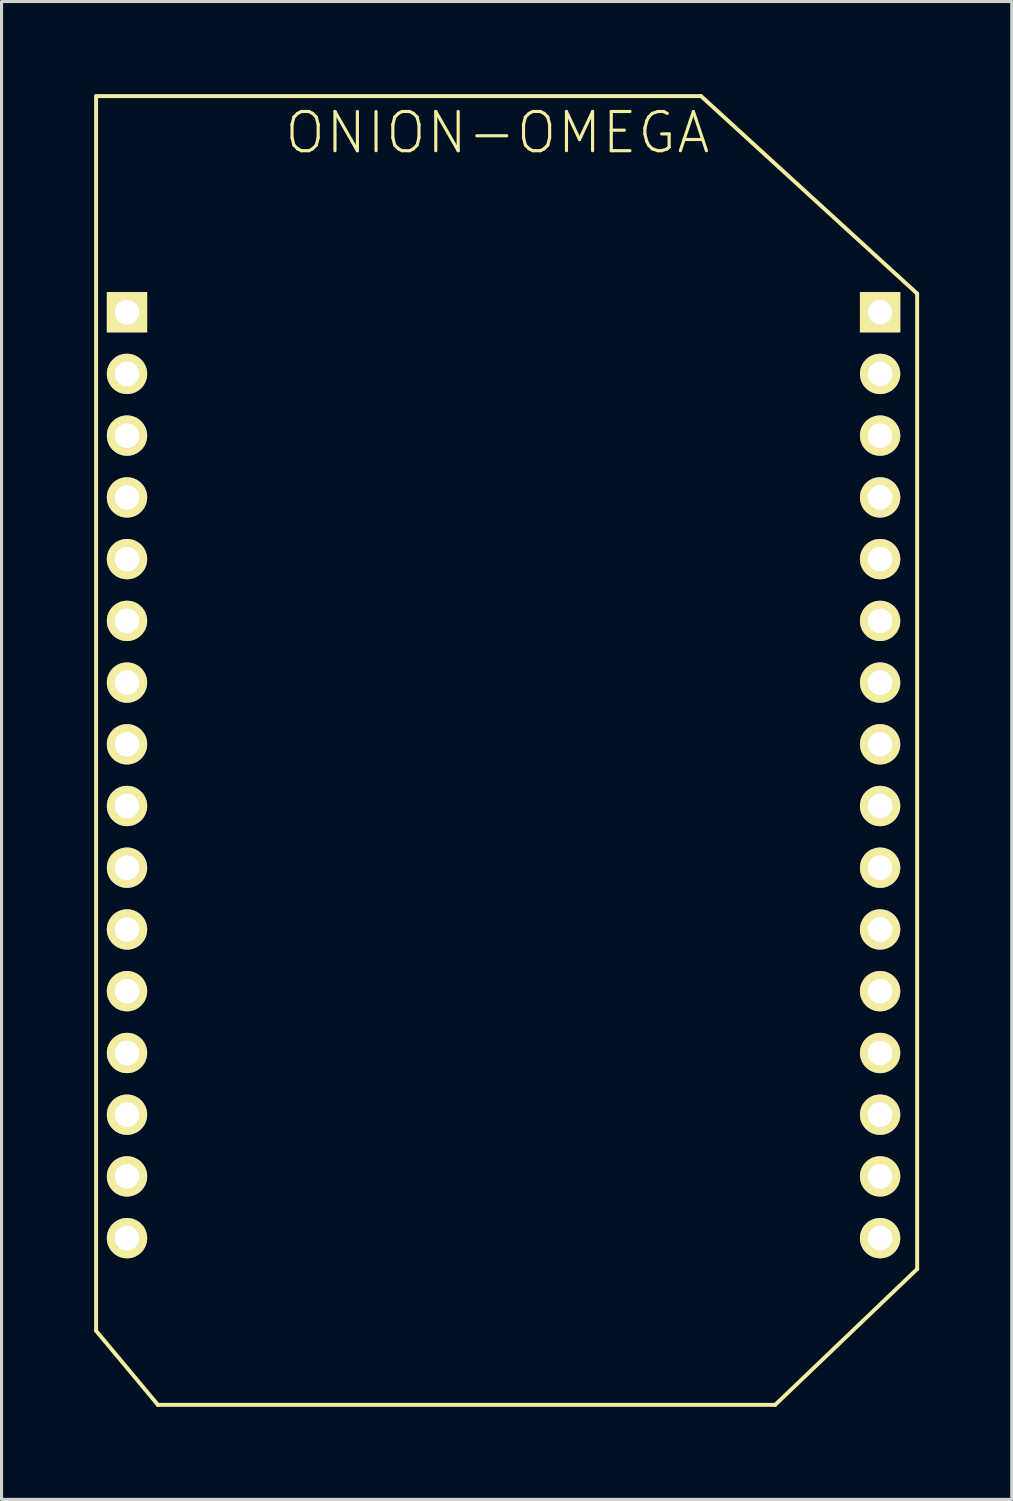
<source format=kicad_pcb>
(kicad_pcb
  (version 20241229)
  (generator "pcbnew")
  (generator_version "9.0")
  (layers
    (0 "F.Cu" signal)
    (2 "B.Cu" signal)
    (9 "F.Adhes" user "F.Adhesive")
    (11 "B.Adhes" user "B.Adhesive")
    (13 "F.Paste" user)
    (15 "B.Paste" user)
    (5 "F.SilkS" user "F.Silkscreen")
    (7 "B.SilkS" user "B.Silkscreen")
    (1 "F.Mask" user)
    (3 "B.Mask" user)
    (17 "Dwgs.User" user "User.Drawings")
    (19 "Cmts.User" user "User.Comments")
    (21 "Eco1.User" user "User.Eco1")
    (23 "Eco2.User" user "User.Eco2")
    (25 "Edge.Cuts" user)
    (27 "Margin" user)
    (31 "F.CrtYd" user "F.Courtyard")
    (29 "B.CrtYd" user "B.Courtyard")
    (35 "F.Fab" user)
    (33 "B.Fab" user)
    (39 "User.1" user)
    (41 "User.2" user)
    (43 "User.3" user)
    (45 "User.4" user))
  (footprint "ONION-OMEGA"
    (layer "F.Cu")
    (at 13.063 21.062)
    (property "Reference" "ONION-OMEGA" (at 0 -19.812 0) (layer "F.SilkS") (effects (font (size 1.27 1.27) (thickness 0.102))))
    (attr exclude_from_pos_files exclude_from_bom)
    (fp_line (start -13 -20.998) (end 6.599 -20.998) (stroke (width 0.127) (type solid)) (layer "F.SilkS"))
    (fp_line (start -13 18.999) (end -13 -20.998) (stroke (width 0.127) (type solid)) (layer "F.SilkS"))
    (fp_line (start -10.998 21.399) (end -13 18.999) (stroke (width 0.127) (type solid)) (layer "F.SilkS"))
    (fp_line (start 6.599 -20.998) (end 13.599 -14.6) (stroke (width 0.127) (type solid)) (layer "F.SilkS"))
    (fp_line (start 8.999 21.399) (end -10.998 21.399) (stroke (width 0.127) (type solid)) (layer "F.SilkS"))
    (fp_line (start 13.599 -14.6) (end 13.599 16.998) (stroke (width 0.127) (type solid)) (layer "F.SilkS"))
    (fp_line (start 13.599 16.998) (end 8.999 21.399) (stroke (width 0.127) (type solid)) (layer "F.SilkS"))
    (pad "A1" thru_hole rect (at -11.999 -13.998) (size 1.306 1.306) (drill 0.798) (layers "*.Cu" "*.Mask" "F.SilkS" "F.Paste"))
    (pad "A2" thru_hole circle (at -11.999 -11.999) (size 1.306 1.306) (drill 0.798) (layers "*.Cu" "*.Mask" "F.SilkS" "F.Paste"))
    (pad "A3" thru_hole circle (at -11.999 -10) (size 1.306 1.306) (drill 0.798) (layers "*.Cu" "*.Mask" "F.SilkS" "F.Paste"))
    (pad "A4" thru_hole circle (at -11.999 -7.998) (size 1.306 1.306) (drill 0.798) (layers "*.Cu" "*.Mask" "F.SilkS" "F.Paste"))
    (pad "A5" thru_hole circle (at -11.999 -5.999) (size 1.306 1.306) (drill 0.798) (layers "*.Cu" "*.Mask" "F.SilkS" "F.Paste"))
    (pad "A6" thru_hole circle (at -11.999 -3.998) (size 1.306 1.306) (drill 0.798) (layers "*.Cu" "*.Mask" "F.SilkS" "F.Paste"))
    (pad "A7" thru_hole circle (at -11.999 -1.999) (size 1.306 1.306) (drill 0.798) (layers "*.Cu" "*.Mask" "F.SilkS" "F.Paste"))
    (pad "A8" thru_hole circle (at -11.999 0) (size 1.306 1.306) (drill 0.798) (layers "*.Cu" "*.Mask" "F.SilkS" "F.Paste"))
    (pad "A9" thru_hole circle (at -11.999 1.999) (size 1.306 1.306) (drill 0.798) (layers "*.Cu" "*.Mask" "F.SilkS" "F.Paste"))
    (pad "A10" thru_hole circle (at -11.999 3.998) (size 1.306 1.306) (drill 0.798) (layers "*.Cu" "*.Mask" "F.SilkS" "F.Paste"))
    (pad "A11" thru_hole circle (at -11.999 5.999) (size 1.306 1.306) (drill 0.798) (layers "*.Cu" "*.Mask" "F.SilkS" "F.Paste"))
    (pad "A12" thru_hole circle (at -11.999 7.998) (size 1.306 1.306) (drill 0.798) (layers "*.Cu" "*.Mask" "F.SilkS" "F.Paste"))
    (pad "A13" thru_hole circle (at -11.999 10) (size 1.306 1.306) (drill 0.798) (layers "*.Cu" "*.Mask" "F.SilkS" "F.Paste"))
    (pad "A14" thru_hole circle (at -11.999 11.999) (size 1.306 1.306) (drill 0.798) (layers "*.Cu" "*.Mask" "F.SilkS" "F.Paste"))
    (pad "A15" thru_hole circle (at -11.999 13.998) (size 1.306 1.306) (drill 0.798) (layers "*.Cu" "*.Mask" "F.SilkS" "F.Paste"))
    (pad "A16" thru_hole circle (at -11.999 15.999) (size 1.306 1.306) (drill 0.798) (layers "*.Cu" "*.Mask" "F.SilkS" "F.Paste"))
    (pad "B1" thru_hole rect (at 12.398 -13.998) (size 1.306 1.306) (drill 0.798) (layers "*.Cu" "*.Mask" "F.SilkS" "F.Paste"))
    (pad "B2" thru_hole circle (at 12.398 -11.999) (size 1.306 1.306) (drill 0.798) (layers "*.Cu" "*.Mask" "F.SilkS" "F.Paste"))
    (pad "B3" thru_hole circle (at 12.398 -10) (size 1.306 1.306) (drill 0.798) (layers "*.Cu" "*.Mask" "F.SilkS" "F.Paste"))
    (pad "B4" thru_hole circle (at 12.398 -7.998) (size 1.306 1.306) (drill 0.798) (layers "*.Cu" "*.Mask" "F.SilkS" "F.Paste"))
    (pad "B5" thru_hole circle (at 12.398 -5.999) (size 1.306 1.306) (drill 0.798) (layers "*.Cu" "*.Mask" "F.SilkS" "F.Paste"))
    (pad "B6" thru_hole circle (at 12.398 -3.998) (size 1.306 1.306) (drill 0.798) (layers "*.Cu" "*.Mask" "F.SilkS" "F.Paste"))
    (pad "B7" thru_hole circle (at 12.398 -1.999) (size 1.306 1.306) (drill 0.798) (layers "*.Cu" "*.Mask" "F.SilkS" "F.Paste"))
    (pad "B8" thru_hole circle (at 12.398 0) (size 1.306 1.306) (drill 0.798) (layers "*.Cu" "*.Mask" "F.SilkS" "F.Paste"))
    (pad "B9" thru_hole circle (at 12.398 1.999) (size 1.306 1.306) (drill 0.798) (layers "*.Cu" "*.Mask" "F.SilkS" "F.Paste"))
    (pad "B10" thru_hole circle (at 12.398 3.998) (size 1.306 1.306) (drill 0.798) (layers "*.Cu" "*.Mask" "F.SilkS" "F.Paste"))
    (pad "B11" thru_hole circle (at 12.398 5.999) (size 1.306 1.306) (drill 0.798) (layers "*.Cu" "*.Mask" "F.SilkS" "F.Paste"))
    (pad "B12" thru_hole circle (at 12.398 7.998) (size 1.306 1.306) (drill 0.798) (layers "*.Cu" "*.Mask" "F.SilkS" "F.Paste"))
    (pad "B13" thru_hole circle (at 12.398 10) (size 1.306 1.306) (drill 0.798) (layers "*.Cu" "*.Mask" "F.SilkS" "F.Paste"))
    (pad "B14" thru_hole circle (at 12.398 11.999) (size 1.306 1.306) (drill 0.798) (layers "*.Cu" "*.Mask" "F.SilkS" "F.Paste"))
    (pad "B15" thru_hole circle (at 12.398 13.998) (size 1.306 1.306) (drill 0.798) (layers "*.Cu" "*.Mask" "F.SilkS" "F.Paste"))
    (pad "B16" thru_hole circle (at 12.398 15.999) (size 1.306 1.306) (drill 0.798) (layers "*.Cu" "*.Mask" "F.SilkS" "F.Paste")))
  (gr_rect
    (start -3 -3)
    (end 29.726 45.525)
    (stroke (width 0.1) (type default))
    (fill no)
    (layer "Edge.Cuts")))
</source>
